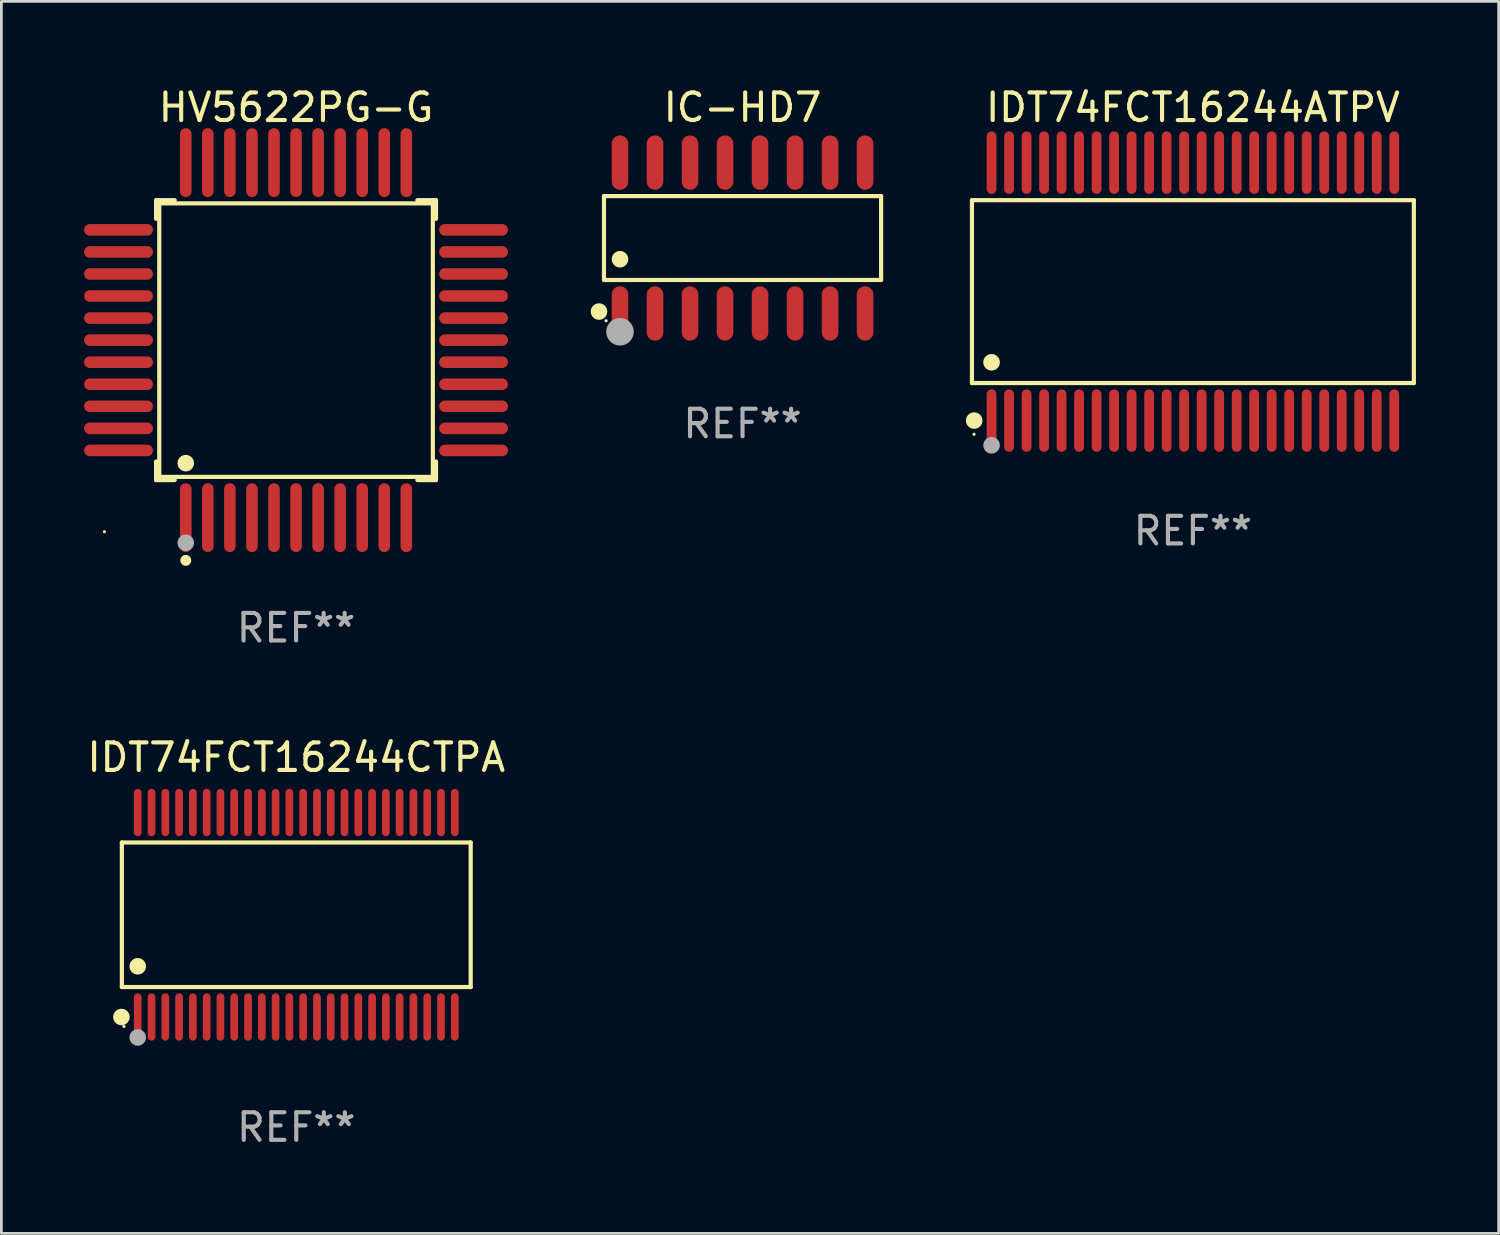
<source format=kicad_pcb>
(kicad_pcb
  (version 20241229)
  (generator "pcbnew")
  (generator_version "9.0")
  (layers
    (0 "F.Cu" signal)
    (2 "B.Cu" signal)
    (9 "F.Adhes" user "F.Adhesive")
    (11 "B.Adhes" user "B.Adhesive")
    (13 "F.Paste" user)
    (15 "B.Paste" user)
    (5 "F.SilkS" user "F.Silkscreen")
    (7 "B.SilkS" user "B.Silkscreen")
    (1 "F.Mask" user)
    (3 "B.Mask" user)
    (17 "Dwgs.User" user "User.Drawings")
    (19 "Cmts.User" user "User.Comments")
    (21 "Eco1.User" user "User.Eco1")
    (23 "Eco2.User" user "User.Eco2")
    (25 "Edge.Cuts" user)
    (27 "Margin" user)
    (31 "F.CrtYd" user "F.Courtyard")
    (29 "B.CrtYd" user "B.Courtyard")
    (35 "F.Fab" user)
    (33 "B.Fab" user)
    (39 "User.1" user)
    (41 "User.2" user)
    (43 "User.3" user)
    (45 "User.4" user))
  (footprint "IDT74FCT16244CTPA"
    (layer "F.Cu")
    (at 7.696 30.13)
    (property "Reference" "IDT74FCT16244CTPA" (at 0 -5.708 0) (layer "F.SilkS") (effects (font (size 1 1) (thickness 0.15))))
    (attr through_hole)
    (fp_line (start -6.326 -2.622) (end 6.326 -2.622) (stroke (width 0.152) (type solid)) (layer "F.SilkS"))
    (fp_line (start -6.326 2.621) (end -6.326 -2.622) (stroke (width 0.152) (type solid)) (layer "F.SilkS"))
    (fp_line (start 6.326 -2.622) (end 6.326 2.621) (stroke (width 0.152) (type solid)) (layer "F.SilkS"))
    (fp_line (start 6.326 2.621) (end -6.326 2.621) (stroke (width 0.152) (type solid)) (layer "F.SilkS"))
    (fp_circle (center -6.342 3.708) (end -6.192 3.708) (stroke (width 0.3) (type solid)) (fill no) (layer "F.SilkS"))
    (fp_circle (center -6.25 4.05) (end -6.22 4.05) (stroke (width 0.06) (type solid)) (fill no) (layer "F.SilkS"))
    (fp_circle (center -5.75 1.869) (end -5.6 1.869) (stroke (width 0.3) (type solid)) (fill no) (layer "F.SilkS"))
    (fp_circle (center -5.75 4.45) (end -5.6 4.45) (stroke (width 0.3) (type solid)) (fill no) (layer "F.Fab"))
    (fp_text user "REF**" (at 0 7.708 0) (layer "F.Fab") (effects (font (size 1 1) (thickness 0.15))))
    (pad "1" smd oval (at -5.75 3.708) (size 0.28 1.715) (layers "F.Cu" "F.Mask" "F.Paste"))
    (pad "2" smd oval (at -5.25 3.708) (size 0.28 1.715) (layers "F.Cu" "F.Mask" "F.Paste"))
    (pad "3" smd oval (at -4.75 3.708) (size 0.28 1.715) (layers "F.Cu" "F.Mask" "F.Paste"))
    (pad "4" smd oval (at -4.25 3.708) (size 0.28 1.715) (layers "F.Cu" "F.Mask" "F.Paste"))
    (pad "5" smd oval (at -3.75 3.708) (size 0.28 1.715) (layers "F.Cu" "F.Mask" "F.Paste"))
    (pad "6" smd oval (at -3.25 3.708) (size 0.28 1.715) (layers "F.Cu" "F.Mask" "F.Paste"))
    (pad "7" smd oval (at -2.75 3.708) (size 0.28 1.715) (layers "F.Cu" "F.Mask" "F.Paste"))
    (pad "8" smd oval (at -2.25 3.708) (size 0.28 1.715) (layers "F.Cu" "F.Mask" "F.Paste"))
    (pad "9" smd oval (at -1.75 3.708) (size 0.28 1.715) (layers "F.Cu" "F.Mask" "F.Paste"))
    (pad "10" smd oval (at -1.25 3.708) (size 0.28 1.715) (layers "F.Cu" "F.Mask" "F.Paste"))
    (pad "11" smd oval (at -0.75 3.708) (size 0.28 1.715) (layers "F.Cu" "F.Mask" "F.Paste"))
    (pad "12" smd oval (at -0.25 3.708) (size 0.28 1.715) (layers "F.Cu" "F.Mask" "F.Paste"))
    (pad "13" smd oval (at 0.25 3.708) (size 0.28 1.715) (layers "F.Cu" "F.Mask" "F.Paste"))
    (pad "14" smd oval (at 0.75 3.708) (size 0.28 1.715) (layers "F.Cu" "F.Mask" "F.Paste"))
    (pad "15" smd oval (at 1.25 3.708) (size 0.28 1.715) (layers "F.Cu" "F.Mask" "F.Paste"))
    (pad "16" smd oval (at 1.75 3.708) (size 0.28 1.715) (layers "F.Cu" "F.Mask" "F.Paste"))
    (pad "17" smd oval (at 2.25 3.708) (size 0.28 1.715) (layers "F.Cu" "F.Mask" "F.Paste"))
    (pad "18" smd oval (at 2.75 3.708) (size 0.28 1.715) (layers "F.Cu" "F.Mask" "F.Paste"))
    (pad "19" smd oval (at 3.25 3.708) (size 0.28 1.715) (layers "F.Cu" "F.Mask" "F.Paste"))
    (pad "20" smd oval (at 3.75 3.708) (size 0.28 1.715) (layers "F.Cu" "F.Mask" "F.Paste"))
    (pad "21" smd oval (at 4.25 3.708) (size 0.28 1.715) (layers "F.Cu" "F.Mask" "F.Paste"))
    (pad "22" smd oval (at 4.75 3.708) (size 0.28 1.715) (layers "F.Cu" "F.Mask" "F.Paste"))
    (pad "23" smd oval (at 5.25 3.708) (size 0.28 1.715) (layers "F.Cu" "F.Mask" "F.Paste"))
    (pad "24" smd oval (at 5.75 3.708) (size 0.28 1.715) (layers "F.Cu" "F.Mask" "F.Paste"))
    (pad "25" smd oval (at 5.75 -3.708) (size 0.28 1.715) (layers "F.Cu" "F.Mask" "F.Paste"))
    (pad "26" smd oval (at 5.25 -3.708) (size 0.28 1.715) (layers "F.Cu" "F.Mask" "F.Paste"))
    (pad "27" smd oval (at 4.75 -3.708) (size 0.28 1.715) (layers "F.Cu" "F.Mask" "F.Paste"))
    (pad "28" smd oval (at 4.25 -3.708) (size 0.28 1.715) (layers "F.Cu" "F.Mask" "F.Paste"))
    (pad "29" smd oval (at 3.75 -3.708) (size 0.28 1.715) (layers "F.Cu" "F.Mask" "F.Paste"))
    (pad "30" smd oval (at 3.25 -3.708) (size 0.28 1.715) (layers "F.Cu" "F.Mask" "F.Paste"))
    (pad "31" smd oval (at 2.75 -3.708) (size 0.28 1.715) (layers "F.Cu" "F.Mask" "F.Paste"))
    (pad "32" smd oval (at 2.25 -3.708) (size 0.28 1.715) (layers "F.Cu" "F.Mask" "F.Paste"))
    (pad "33" smd oval (at 1.75 -3.708) (size 0.28 1.715) (layers "F.Cu" "F.Mask" "F.Paste"))
    (pad "34" smd oval (at 1.25 -3.708) (size 0.28 1.715) (layers "F.Cu" "F.Mask" "F.Paste"))
    (pad "35" smd oval (at 0.75 -3.708) (size 0.28 1.715) (layers "F.Cu" "F.Mask" "F.Paste"))
    (pad "36" smd oval (at 0.25 -3.708) (size 0.28 1.715) (layers "F.Cu" "F.Mask" "F.Paste"))
    (pad "37" smd oval (at -0.25 -3.708) (size 0.28 1.715) (layers "F.Cu" "F.Mask" "F.Paste"))
    (pad "38" smd oval (at -0.75 -3.708) (size 0.28 1.715) (layers "F.Cu" "F.Mask" "F.Paste"))
    (pad "39" smd oval (at -1.25 -3.708) (size 0.28 1.715) (layers "F.Cu" "F.Mask" "F.Paste"))
    (pad "40" smd oval (at -1.75 -3.708) (size 0.28 1.715) (layers "F.Cu" "F.Mask" "F.Paste"))
    (pad "41" smd oval (at -2.25 -3.708) (size 0.28 1.715) (layers "F.Cu" "F.Mask" "F.Paste"))
    (pad "42" smd oval (at -2.75 -3.708) (size 0.28 1.715) (layers "F.Cu" "F.Mask" "F.Paste"))
    (pad "43" smd oval (at -3.25 -3.708) (size 0.28 1.715) (layers "F.Cu" "F.Mask" "F.Paste"))
    (pad "44" smd oval (at -3.75 -3.708) (size 0.28 1.715) (layers "F.Cu" "F.Mask" "F.Paste"))
    (pad "45" smd oval (at -4.25 -3.708) (size 0.28 1.715) (layers "F.Cu" "F.Mask" "F.Paste"))
    (pad "46" smd oval (at -4.75 -3.708) (size 0.28 1.715) (layers "F.Cu" "F.Mask" "F.Paste"))
    (pad "47" smd oval (at -5.25 -3.708) (size 0.28 1.715) (layers "F.Cu" "F.Mask" "F.Paste"))
    (pad "48" smd oval (at -5.75 -3.708) (size 0.28 1.715) (layers "F.Cu" "F.Mask" "F.Paste")))
  (footprint "IC-HD7"
    (layer "F.Cu")
    (at 23.883 5.584)
    (property "Reference" "IC-HD7" (at 0 -4.736 0) (layer "F.SilkS") (effects (font (size 1 1) (thickness 0.15))))
    (attr through_hole)
    (fp_line (start -5.026 -1.521) (end 5.026 -1.521) (stroke (width 0.152) (type solid)) (layer "F.SilkS"))
    (fp_line (start -5.026 1.521) (end -5.026 -1.521) (stroke (width 0.152) (type solid)) (layer "F.SilkS"))
    (fp_line (start 5.026 -1.521) (end 5.026 1.521) (stroke (width 0.152) (type solid)) (layer "F.SilkS"))
    (fp_line (start 5.026 1.521) (end -5.026 1.521) (stroke (width 0.152) (type solid)) (layer "F.SilkS"))
    (fp_circle (center -5.207 2.667) (end -5.057 2.667) (stroke (width 0.3) (type solid)) (fill no) (layer "F.SilkS"))
    (fp_circle (center -4.95 3) (end -4.92 3) (stroke (width 0.06) (type solid)) (fill no) (layer "F.SilkS"))
    (fp_circle (center -4.445 0.769) (end -4.295 0.769) (stroke (width 0.3) (type solid)) (fill no) (layer "F.SilkS"))
    (fp_circle (center -4.445 3.4) (end -4.195 3.4) (stroke (width 0.5) (type solid)) (fill no) (layer "F.Fab"))
    (fp_text user "REF**" (at 0 6.736 0) (layer "F.Fab") (effects (font (size 1 1) (thickness 0.15))))
    (pad "1" smd oval (at -4.445 2.736) (size 0.602 1.971) (layers "F.Cu" "F.Mask" "F.Paste"))
    (pad "2" smd oval (at -3.175 2.736) (size 0.602 1.971) (layers "F.Cu" "F.Mask" "F.Paste"))
    (pad "3" smd oval (at -1.905 2.736) (size 0.602 1.971) (layers "F.Cu" "F.Mask" "F.Paste"))
    (pad "4" smd oval (at -0.635 2.736) (size 0.602 1.971) (layers "F.Cu" "F.Mask" "F.Paste"))
    (pad "5" smd oval (at 0.635 2.736) (size 0.602 1.971) (layers "F.Cu" "F.Mask" "F.Paste"))
    (pad "6" smd oval (at 1.905 2.736) (size 0.602 1.971) (layers "F.Cu" "F.Mask" "F.Paste"))
    (pad "7" smd oval (at 3.175 2.736) (size 0.602 1.971) (layers "F.Cu" "F.Mask" "F.Paste"))
    (pad "8" smd oval (at 4.445 2.736) (size 0.602 1.971) (layers "F.Cu" "F.Mask" "F.Paste"))
    (pad "9" smd oval (at 4.445 -2.736) (size 0.602 1.971) (layers "F.Cu" "F.Mask" "F.Paste"))
    (pad "10" smd oval (at 3.175 -2.736) (size 0.602 1.971) (layers "F.Cu" "F.Mask" "F.Paste"))
    (pad "11" smd oval (at 1.905 -2.736) (size 0.602 1.971) (layers "F.Cu" "F.Mask" "F.Paste"))
    (pad "12" smd oval (at 0.635 -2.736) (size 0.602 1.971) (layers "F.Cu" "F.Mask" "F.Paste"))
    (pad "13" smd oval (at -0.635 -2.736) (size 0.602 1.971) (layers "F.Cu" "F.Mask" "F.Paste"))
    (pad "14" smd oval (at -1.905 -2.736) (size 0.602 1.971) (layers "F.Cu" "F.Mask" "F.Paste"))
    (pad "15" smd oval (at -3.175 -2.736) (size 0.602 1.971) (layers "F.Cu" "F.Mask" "F.Paste"))
    (pad "16" smd oval (at -4.445 -2.736) (size 0.602 1.971) (layers "F.Cu" "F.Mask" "F.Paste")))
  (footprint "HV5622PG-G"
    (layer "F.Cu")
    (at 7.688 9.287)
    (property "Reference" "HV5622PG-G" (at 0 -8.439 0) (layer "F.SilkS") (effects (font (size 1 1) (thickness 0.15))))
    (attr through_hole)
    (fp_line (start -5.076 -5.076) (end -4.401 -5.076) (stroke (width 0.152) (type solid)) (layer "F.SilkS"))
    (fp_line (start -5.076 -4.401) (end -5.076 -5.076) (stroke (width 0.152) (type solid)) (layer "F.SilkS"))
    (fp_line (start -5.076 4.401) (end -5.076 5.076) (stroke (width 0.152) (type solid)) (layer "F.SilkS"))
    (fp_line (start -5.076 5.076) (end -4.401 5.076) (stroke (width 0.152) (type solid)) (layer "F.SilkS"))
    (fp_line (start -4.961 -4.961) (end 4.961 -4.961) (stroke (width 0.152) (type solid)) (layer "F.SilkS"))
    (fp_line (start -4.961 4.961) (end -4.961 -4.961) (stroke (width 0.152) (type solid)) (layer "F.SilkS"))
    (fp_line (start 4.961 -4.961) (end 4.961 4.961) (stroke (width 0.152) (type solid)) (layer "F.SilkS"))
    (fp_line (start 4.961 4.961) (end -4.961 4.961) (stroke (width 0.152) (type solid)) (layer "F.SilkS"))
    (fp_line (start 5.076 -5.076) (end 4.401 -5.076) (stroke (width 0.152) (type solid)) (layer "F.SilkS"))
    (fp_line (start 5.076 -4.401) (end 5.076 -5.076) (stroke (width 0.152) (type solid)) (layer "F.SilkS"))
    (fp_line (start 5.076 4.401) (end 5.076 5.076) (stroke (width 0.152) (type solid)) (layer "F.SilkS"))
    (fp_line (start 5.076 5.076) (end 4.401 5.076) (stroke (width 0.152) (type solid)) (layer "F.SilkS"))
    (fp_circle (center -6.95 6.95) (end -6.92 6.95) (stroke (width 0.06) (type solid)) (fill no) (layer "F.SilkS"))
    (fp_circle (center -4 4.462) (end -3.85 4.462) (stroke (width 0.3) (type solid)) (fill no) (layer "F.SilkS"))
    (fp_circle (center -4 7.988) (end -3.9 7.988) (stroke (width 0.2) (type solid)) (fill no) (layer "F.SilkS"))
    (fp_circle (center -4 7.35) (end -3.85 7.35) (stroke (width 0.3) (type solid)) (fill no) (layer "F.Fab"))
    (fp_text user "REF**" (at 0 10.439 0) (layer "F.Fab") (effects (font (size 1 1) (thickness 0.15))))
    (pad "1" smd oval (at -4 6.439) (size 0.42 2.498) (layers "F.Cu" "F.Mask" "F.Paste"))
    (pad "2" smd oval (at -3.2 6.439) (size 0.42 2.498) (layers "F.Cu" "F.Mask" "F.Paste"))
    (pad "3" smd oval (at -2.4 6.439) (size 0.42 2.498) (layers "F.Cu" "F.Mask" "F.Paste"))
    (pad "4" smd oval (at -1.6 6.439) (size 0.42 2.498) (layers "F.Cu" "F.Mask" "F.Paste"))
    (pad "5" smd oval (at -0.8 6.439) (size 0.42 2.498) (layers "F.Cu" "F.Mask" "F.Paste"))
    (pad "6" smd oval (at 0 6.439) (size 0.42 2.498) (layers "F.Cu" "F.Mask" "F.Paste"))
    (pad "7" smd oval (at 0.8 6.439) (size 0.42 2.498) (layers "F.Cu" "F.Mask" "F.Paste"))
    (pad "8" smd oval (at 1.6 6.439) (size 0.42 2.498) (layers "F.Cu" "F.Mask" "F.Paste"))
    (pad "9" smd oval (at 2.4 6.439) (size 0.42 2.498) (layers "F.Cu" "F.Mask" "F.Paste"))
    (pad "10" smd oval (at 3.2 6.439) (size 0.42 2.498) (layers "F.Cu" "F.Mask" "F.Paste"))
    (pad "11" smd oval (at 4 6.439) (size 0.42 2.498) (layers "F.Cu" "F.Mask" "F.Paste"))
    (pad "12" smd oval (at 6.439 4) (size 2.498 0.42) (layers "F.Cu" "F.Mask" "F.Paste"))
    (pad "13" smd oval (at 6.439 3.2) (size 2.498 0.42) (layers "F.Cu" "F.Mask" "F.Paste"))
    (pad "14" smd oval (at 6.439 2.4) (size 2.498 0.42) (layers "F.Cu" "F.Mask" "F.Paste"))
    (pad "15" smd oval (at 6.439 1.6) (size 2.498 0.42) (layers "F.Cu" "F.Mask" "F.Paste"))
    (pad "16" smd oval (at 6.439 0.8) (size 2.498 0.42) (layers "F.Cu" "F.Mask" "F.Paste"))
    (pad "17" smd oval (at 6.439 0) (size 2.498 0.42) (layers "F.Cu" "F.Mask" "F.Paste"))
    (pad "18" smd oval (at 6.439 -0.8) (size 2.498 0.42) (layers "F.Cu" "F.Mask" "F.Paste"))
    (pad "19" smd oval (at 6.439 -1.6) (size 2.498 0.42) (layers "F.Cu" "F.Mask" "F.Paste"))
    (pad "20" smd oval (at 6.439 -2.4) (size 2.498 0.42) (layers "F.Cu" "F.Mask" "F.Paste"))
    (pad "21" smd oval (at 6.439 -3.2) (size 2.498 0.42) (layers "F.Cu" "F.Mask" "F.Paste"))
    (pad "22" smd oval (at 6.439 -4) (size 2.498 0.42) (layers "F.Cu" "F.Mask" "F.Paste"))
    (pad "23" smd oval (at 4 -6.439) (size 0.42 2.498) (layers "F.Cu" "F.Mask" "F.Paste"))
    (pad "24" smd oval (at 3.2 -6.439) (size 0.42 2.498) (layers "F.Cu" "F.Mask" "F.Paste"))
    (pad "25" smd oval (at 2.4 -6.439) (size 0.42 2.498) (layers "F.Cu" "F.Mask" "F.Paste"))
    (pad "26" smd oval (at 1.6 -6.439) (size 0.42 2.498) (layers "F.Cu" "F.Mask" "F.Paste"))
    (pad "27" smd oval (at 0.8 -6.439) (size 0.42 2.498) (layers "F.Cu" "F.Mask" "F.Paste"))
    (pad "28" smd oval (at 0 -6.439) (size 0.42 2.498) (layers "F.Cu" "F.Mask" "F.Paste"))
    (pad "29" smd oval (at -0.8 -6.439) (size 0.42 2.498) (layers "F.Cu" "F.Mask" "F.Paste"))
    (pad "30" smd oval (at -1.6 -6.439) (size 0.42 2.498) (layers "F.Cu" "F.Mask" "F.Paste"))
    (pad "31" smd oval (at -2.4 -6.439) (size 0.42 2.498) (layers "F.Cu" "F.Mask" "F.Paste"))
    (pad "32" smd oval (at -3.2 -6.439) (size 0.42 2.498) (layers "F.Cu" "F.Mask" "F.Paste"))
    (pad "33" smd oval (at -4 -6.439) (size 0.42 2.498) (layers "F.Cu" "F.Mask" "F.Paste"))
    (pad "34" smd oval (at -6.439 -4) (size 2.498 0.42) (layers "F.Cu" "F.Mask" "F.Paste"))
    (pad "35" smd oval (at -6.439 -3.2) (size 2.498 0.42) (layers "F.Cu" "F.Mask" "F.Paste"))
    (pad "36" smd oval (at -6.439 -2.4) (size 2.498 0.42) (layers "F.Cu" "F.Mask" "F.Paste"))
    (pad "37" smd oval (at -6.439 -1.6) (size 2.498 0.42) (layers "F.Cu" "F.Mask" "F.Paste"))
    (pad "38" smd oval (at -6.439 -0.8) (size 2.498 0.42) (layers "F.Cu" "F.Mask" "F.Paste"))
    (pad "39" smd oval (at -6.439 0) (size 2.498 0.42) (layers "F.Cu" "F.Mask" "F.Paste"))
    (pad "40" smd oval (at -6.439 0.8) (size 2.498 0.42) (layers "F.Cu" "F.Mask" "F.Paste"))
    (pad "41" smd oval (at -6.439 1.6) (size 2.498 0.42) (layers "F.Cu" "F.Mask" "F.Paste"))
    (pad "42" smd oval (at -6.439 2.4) (size 2.498 0.42) (layers "F.Cu" "F.Mask" "F.Paste"))
    (pad "43" smd oval (at -6.439 3.2) (size 2.498 0.42) (layers "F.Cu" "F.Mask" "F.Paste"))
    (pad "44" smd oval (at -6.439 4) (size 2.498 0.42) (layers "F.Cu" "F.Mask" "F.Paste")))
  (footprint "IDT74FCT16244ATPV"
    (layer "F.Cu")
    (at 40.218 7.527)
    (property "Reference" "IDT74FCT16244ATPV" (at 0 -6.678 0) (layer "F.SilkS") (effects (font (size 1 1) (thickness 0.15))))
    (attr through_hole)
    (fp_line (start -8.014 -3.316) (end 8.014 -3.316) (stroke (width 0.152) (type solid)) (layer "F.SilkS"))
    (fp_line (start -8.014 3.316) (end -8.014 -3.316) (stroke (width 0.152) (type solid)) (layer "F.SilkS"))
    (fp_line (start 8.014 -3.316) (end 8.014 3.316) (stroke (width 0.152) (type solid)) (layer "F.SilkS"))
    (fp_line (start 8.014 3.316) (end -8.014 3.316) (stroke (width 0.152) (type solid)) (layer "F.SilkS"))
    (fp_circle (center -7.938 5.175) (end -7.908 5.175) (stroke (width 0.06) (type solid)) (fill no) (layer "F.SilkS"))
    (fp_circle (center -7.933 4.678) (end -7.783 4.678) (stroke (width 0.3) (type solid)) (fill no) (layer "F.SilkS"))
    (fp_circle (center -7.303 2.564) (end -7.152 2.564) (stroke (width 0.3) (type solid)) (fill no) (layer "F.SilkS"))
    (fp_circle (center -7.303 5.575) (end -7.152 5.575) (stroke (width 0.3) (type solid)) (fill no) (layer "F.Fab"))
    (fp_text user "REF**" (at 0 8.678 0) (layer "F.Fab") (effects (font (size 1 1) (thickness 0.15))))
    (pad "1" smd oval (at -7.303 4.678) (size 0.356 2.267) (layers "F.Cu" "F.Mask" "F.Paste"))
    (pad "2" smd oval (at -6.668 4.678) (size 0.356 2.267) (layers "F.Cu" "F.Mask" "F.Paste"))
    (pad "3" smd oval (at -6.033 4.678) (size 0.356 2.267) (layers "F.Cu" "F.Mask" "F.Paste"))
    (pad "4" smd oval (at -5.398 4.678) (size 0.356 2.267) (layers "F.Cu" "F.Mask" "F.Paste"))
    (pad "5" smd oval (at -4.763 4.678) (size 0.356 2.267) (layers "F.Cu" "F.Mask" "F.Paste"))
    (pad "6" smd oval (at -4.128 4.678) (size 0.356 2.267) (layers "F.Cu" "F.Mask" "F.Paste"))
    (pad "7" smd oval (at -3.493 4.678) (size 0.356 2.267) (layers "F.Cu" "F.Mask" "F.Paste"))
    (pad "8" smd oval (at -2.858 4.678) (size 0.356 2.267) (layers "F.Cu" "F.Mask" "F.Paste"))
    (pad "9" smd oval (at -2.223 4.678) (size 0.356 2.267) (layers "F.Cu" "F.Mask" "F.Paste"))
    (pad "10" smd oval (at -1.588 4.678) (size 0.356 2.267) (layers "F.Cu" "F.Mask" "F.Paste"))
    (pad "11" smd oval (at -0.953 4.678) (size 0.356 2.267) (layers "F.Cu" "F.Mask" "F.Paste"))
    (pad "12" smd oval (at -0.318 4.678) (size 0.356 2.267) (layers "F.Cu" "F.Mask" "F.Paste"))
    (pad "13" smd oval (at 0.318 4.678) (size 0.356 2.267) (layers "F.Cu" "F.Mask" "F.Paste"))
    (pad "14" smd oval (at 0.953 4.678) (size 0.356 2.267) (layers "F.Cu" "F.Mask" "F.Paste"))
    (pad "15" smd oval (at 1.588 4.678) (size 0.356 2.267) (layers "F.Cu" "F.Mask" "F.Paste"))
    (pad "16" smd oval (at 2.223 4.678) (size 0.356 2.267) (layers "F.Cu" "F.Mask" "F.Paste"))
    (pad "17" smd oval (at 2.858 4.678) (size 0.356 2.267) (layers "F.Cu" "F.Mask" "F.Paste"))
    (pad "18" smd oval (at 3.493 4.678) (size 0.356 2.267) (layers "F.Cu" "F.Mask" "F.Paste"))
    (pad "19" smd oval (at 4.128 4.678) (size 0.356 2.267) (layers "F.Cu" "F.Mask" "F.Paste"))
    (pad "20" smd oval (at 4.763 4.678) (size 0.356 2.267) (layers "F.Cu" "F.Mask" "F.Paste"))
    (pad "21" smd oval (at 5.398 4.678) (size 0.356 2.267) (layers "F.Cu" "F.Mask" "F.Paste"))
    (pad "22" smd oval (at 6.033 4.678) (size 0.356 2.267) (layers "F.Cu" "F.Mask" "F.Paste"))
    (pad "23" smd oval (at 6.668 4.678) (size 0.356 2.267) (layers "F.Cu" "F.Mask" "F.Paste"))
    (pad "24" smd oval (at 7.303 4.678) (size 0.356 2.267) (layers "F.Cu" "F.Mask" "F.Paste"))
    (pad "25" smd oval (at 7.303 -4.678) (size 0.356 2.267) (layers "F.Cu" "F.Mask" "F.Paste"))
    (pad "26" smd oval (at 6.668 -4.678) (size 0.356 2.267) (layers "F.Cu" "F.Mask" "F.Paste"))
    (pad "27" smd oval (at 6.033 -4.678) (size 0.356 2.267) (layers "F.Cu" "F.Mask" "F.Paste"))
    (pad "28" smd oval (at 5.398 -4.678) (size 0.356 2.267) (layers "F.Cu" "F.Mask" "F.Paste"))
    (pad "29" smd oval (at 4.763 -4.678) (size 0.356 2.267) (layers "F.Cu" "F.Mask" "F.Paste"))
    (pad "30" smd oval (at 4.128 -4.678) (size 0.356 2.267) (layers "F.Cu" "F.Mask" "F.Paste"))
    (pad "31" smd oval (at 3.493 -4.678) (size 0.356 2.267) (layers "F.Cu" "F.Mask" "F.Paste"))
    (pad "32" smd oval (at 2.858 -4.678) (size 0.356 2.267) (layers "F.Cu" "F.Mask" "F.Paste"))
    (pad "33" smd oval (at 2.223 -4.678) (size 0.356 2.267) (layers "F.Cu" "F.Mask" "F.Paste"))
    (pad "34" smd oval (at 1.588 -4.678) (size 0.356 2.267) (layers "F.Cu" "F.Mask" "F.Paste"))
    (pad "35" smd oval (at 0.953 -4.678) (size 0.356 2.267) (layers "F.Cu" "F.Mask" "F.Paste"))
    (pad "36" smd oval (at 0.318 -4.678) (size 0.356 2.267) (layers "F.Cu" "F.Mask" "F.Paste"))
    (pad "37" smd oval (at -0.318 -4.678) (size 0.356 2.267) (layers "F.Cu" "F.Mask" "F.Paste"))
    (pad "38" smd oval (at -0.953 -4.678) (size 0.356 2.267) (layers "F.Cu" "F.Mask" "F.Paste"))
    (pad "39" smd oval (at -1.588 -4.678) (size 0.356 2.267) (layers "F.Cu" "F.Mask" "F.Paste"))
    (pad "40" smd oval (at -2.223 -4.678) (size 0.356 2.267) (layers "F.Cu" "F.Mask" "F.Paste"))
    (pad "41" smd oval (at -2.858 -4.678) (size 0.356 2.267) (layers "F.Cu" "F.Mask" "F.Paste"))
    (pad "42" smd oval (at -3.493 -4.678) (size 0.356 2.267) (layers "F.Cu" "F.Mask" "F.Paste"))
    (pad "43" smd oval (at -4.128 -4.678) (size 0.356 2.267) (layers "F.Cu" "F.Mask" "F.Paste"))
    (pad "44" smd oval (at -4.763 -4.678) (size 0.356 2.267) (layers "F.Cu" "F.Mask" "F.Paste"))
    (pad "45" smd oval (at -5.398 -4.678) (size 0.356 2.267) (layers "F.Cu" "F.Mask" "F.Paste"))
    (pad "46" smd oval (at -6.033 -4.678) (size 0.356 2.267) (layers "F.Cu" "F.Mask" "F.Paste"))
    (pad "47" smd oval (at -6.668 -4.678) (size 0.356 2.267) (layers "F.Cu" "F.Mask" "F.Paste"))
    (pad "48" smd oval (at -7.303 -4.678) (size 0.356 2.267) (layers "F.Cu" "F.Mask" "F.Paste")))
  (gr_rect
    (start -3 -3)
    (end 51.308 41.686)
    (stroke (width 0.1) (type default))
    (fill no)
    (layer "Edge.Cuts")))
</source>
